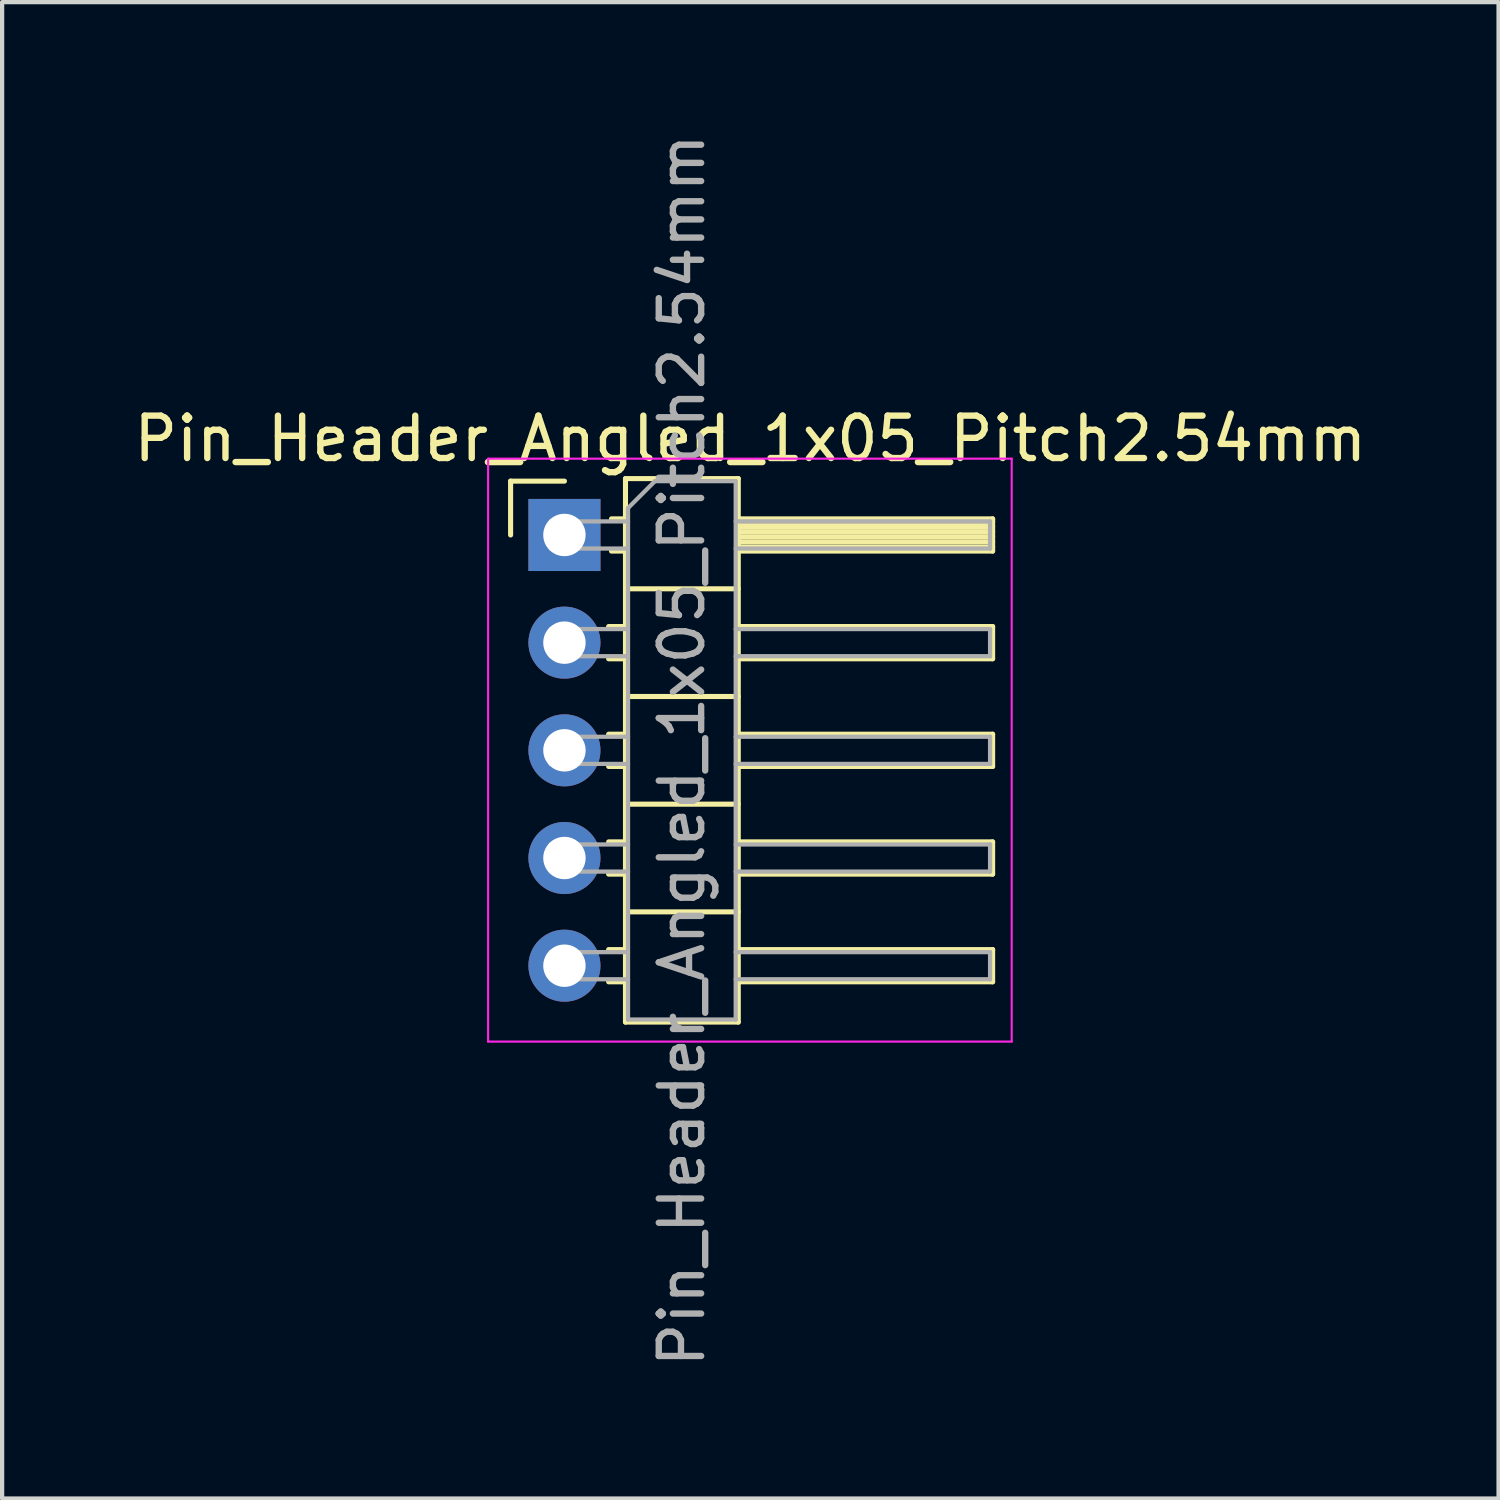
<source format=kicad_pcb>
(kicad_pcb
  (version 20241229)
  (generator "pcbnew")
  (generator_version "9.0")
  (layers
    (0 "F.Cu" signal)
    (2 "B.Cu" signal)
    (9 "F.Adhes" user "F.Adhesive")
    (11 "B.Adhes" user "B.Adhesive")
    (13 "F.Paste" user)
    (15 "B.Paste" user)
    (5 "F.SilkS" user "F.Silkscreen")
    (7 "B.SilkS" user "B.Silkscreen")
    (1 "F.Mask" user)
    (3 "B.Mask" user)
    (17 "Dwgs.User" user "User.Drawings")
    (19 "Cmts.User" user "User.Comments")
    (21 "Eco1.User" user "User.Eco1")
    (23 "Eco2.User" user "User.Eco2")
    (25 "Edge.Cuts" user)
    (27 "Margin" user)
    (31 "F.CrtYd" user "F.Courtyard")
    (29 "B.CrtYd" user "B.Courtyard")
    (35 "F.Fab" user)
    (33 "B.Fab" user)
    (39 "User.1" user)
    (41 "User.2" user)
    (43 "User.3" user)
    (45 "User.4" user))
  (footprint "Pin_Header_Angled_1x05_Pitch2.54mm"
    (layer "F.Cu")
    (at 10.264 9.569)
    (property "Reference" "Pin_Header_Angled_1x05_Pitch2.54mm" (at 4.385 -2.27 0) (layer "F.SilkS") (effects (font (size 1 1) (thickness 0.15))))
    (attr through_hole)
    (fp_line (start -1.27 -1.27) (end 0 -1.27) (stroke (width 0.12) (type solid)) (layer "F.SilkS"))
    (fp_line (start -1.27 0) (end -1.27 -1.27) (stroke (width 0.12) (type solid)) (layer "F.SilkS"))
    (fp_line (start 1.043 2.16) (end 1.44 2.16) (stroke (width 0.12) (type solid)) (layer "F.SilkS"))
    (fp_line (start 1.043 2.92) (end 1.44 2.92) (stroke (width 0.12) (type solid)) (layer "F.SilkS"))
    (fp_line (start 1.043 4.7) (end 1.44 4.7) (stroke (width 0.12) (type solid)) (layer "F.SilkS"))
    (fp_line (start 1.043 5.46) (end 1.44 5.46) (stroke (width 0.12) (type solid)) (layer "F.SilkS"))
    (fp_line (start 1.043 7.24) (end 1.44 7.24) (stroke (width 0.12) (type solid)) (layer "F.SilkS"))
    (fp_line (start 1.043 8) (end 1.44 8) (stroke (width 0.12) (type solid)) (layer "F.SilkS"))
    (fp_line (start 1.043 9.78) (end 1.44 9.78) (stroke (width 0.12) (type solid)) (layer "F.SilkS"))
    (fp_line (start 1.043 10.54) (end 1.44 10.54) (stroke (width 0.12) (type solid)) (layer "F.SilkS"))
    (fp_line (start 1.11 -0.38) (end 1.44 -0.38) (stroke (width 0.12) (type solid)) (layer "F.SilkS"))
    (fp_line (start 1.11 0.38) (end 1.44 0.38) (stroke (width 0.12) (type solid)) (layer "F.SilkS"))
    (fp_line (start 1.44 -1.33) (end 1.44 11.49) (stroke (width 0.12) (type solid)) (layer "F.SilkS"))
    (fp_line (start 1.44 1.27) (end 4.1 1.27) (stroke (width 0.12) (type solid)) (layer "F.SilkS"))
    (fp_line (start 1.44 3.81) (end 4.1 3.81) (stroke (width 0.12) (type solid)) (layer "F.SilkS"))
    (fp_line (start 1.44 6.35) (end 4.1 6.35) (stroke (width 0.12) (type solid)) (layer "F.SilkS"))
    (fp_line (start 1.44 8.89) (end 4.1 8.89) (stroke (width 0.12) (type solid)) (layer "F.SilkS"))
    (fp_line (start 1.44 11.49) (end 4.1 11.49) (stroke (width 0.12) (type solid)) (layer "F.SilkS"))
    (fp_line (start 4.1 -1.33) (end 1.44 -1.33) (stroke (width 0.12) (type solid)) (layer "F.SilkS"))
    (fp_line (start 4.1 -0.38) (end 10.1 -0.38) (stroke (width 0.12) (type solid)) (layer "F.SilkS"))
    (fp_line (start 4.1 -0.32) (end 10.1 -0.32) (stroke (width 0.12) (type solid)) (layer "F.SilkS"))
    (fp_line (start 4.1 -0.2) (end 10.1 -0.2) (stroke (width 0.12) (type solid)) (layer "F.SilkS"))
    (fp_line (start 4.1 -0.08) (end 10.1 -0.08) (stroke (width 0.12) (type solid)) (layer "F.SilkS"))
    (fp_line (start 4.1 0.04) (end 10.1 0.04) (stroke (width 0.12) (type solid)) (layer "F.SilkS"))
    (fp_line (start 4.1 0.16) (end 10.1 0.16) (stroke (width 0.12) (type solid)) (layer "F.SilkS"))
    (fp_line (start 4.1 0.28) (end 10.1 0.28) (stroke (width 0.12) (type solid)) (layer "F.SilkS"))
    (fp_line (start 4.1 2.16) (end 10.1 2.16) (stroke (width 0.12) (type solid)) (layer "F.SilkS"))
    (fp_line (start 4.1 4.7) (end 10.1 4.7) (stroke (width 0.12) (type solid)) (layer "F.SilkS"))
    (fp_line (start 4.1 7.24) (end 10.1 7.24) (stroke (width 0.12) (type solid)) (layer "F.SilkS"))
    (fp_line (start 4.1 9.78) (end 10.1 9.78) (stroke (width 0.12) (type solid)) (layer "F.SilkS"))
    (fp_line (start 4.1 11.49) (end 4.1 -1.33) (stroke (width 0.12) (type solid)) (layer "F.SilkS"))
    (fp_line (start 10.1 -0.38) (end 10.1 0.38) (stroke (width 0.12) (type solid)) (layer "F.SilkS"))
    (fp_line (start 10.1 0.38) (end 4.1 0.38) (stroke (width 0.12) (type solid)) (layer "F.SilkS"))
    (fp_line (start 10.1 2.16) (end 10.1 2.92) (stroke (width 0.12) (type solid)) (layer "F.SilkS"))
    (fp_line (start 10.1 2.92) (end 4.1 2.92) (stroke (width 0.12) (type solid)) (layer "F.SilkS"))
    (fp_line (start 10.1 4.7) (end 10.1 5.46) (stroke (width 0.12) (type solid)) (layer "F.SilkS"))
    (fp_line (start 10.1 5.46) (end 4.1 5.46) (stroke (width 0.12) (type solid)) (layer "F.SilkS"))
    (fp_line (start 10.1 7.24) (end 10.1 8) (stroke (width 0.12) (type solid)) (layer "F.SilkS"))
    (fp_line (start 10.1 8) (end 4.1 8) (stroke (width 0.12) (type solid)) (layer "F.SilkS"))
    (fp_line (start 10.1 9.78) (end 10.1 10.54) (stroke (width 0.12) (type solid)) (layer "F.SilkS"))
    (fp_line (start 10.1 10.54) (end 4.1 10.54) (stroke (width 0.12) (type solid)) (layer "F.SilkS"))
    (fp_line (start -1.8 -1.8) (end -1.8 11.95) (stroke (width 0.05) (type solid)) (layer "F.CrtYd"))
    (fp_line (start -1.8 11.95) (end 10.55 11.95) (stroke (width 0.05) (type solid)) (layer "F.CrtYd"))
    (fp_line (start 10.55 -1.8) (end -1.8 -1.8) (stroke (width 0.05) (type solid)) (layer "F.CrtYd"))
    (fp_line (start 10.55 11.95) (end 10.55 -1.8) (stroke (width 0.05) (type solid)) (layer "F.CrtYd"))
    (fp_line (start -0.32 -0.32) (end -0.32 0.32) (stroke (width 0.1) (type solid)) (layer "F.Fab"))
    (fp_line (start -0.32 -0.32) (end 1.5 -0.32) (stroke (width 0.1) (type solid)) (layer "F.Fab"))
    (fp_line (start -0.32 0.32) (end 1.5 0.32) (stroke (width 0.1) (type solid)) (layer "F.Fab"))
    (fp_line (start -0.32 2.22) (end -0.32 2.86) (stroke (width 0.1) (type solid)) (layer "F.Fab"))
    (fp_line (start -0.32 2.22) (end 1.5 2.22) (stroke (width 0.1) (type solid)) (layer "F.Fab"))
    (fp_line (start -0.32 2.86) (end 1.5 2.86) (stroke (width 0.1) (type solid)) (layer "F.Fab"))
    (fp_line (start -0.32 4.76) (end -0.32 5.4) (stroke (width 0.1) (type solid)) (layer "F.Fab"))
    (fp_line (start -0.32 4.76) (end 1.5 4.76) (stroke (width 0.1) (type solid)) (layer "F.Fab"))
    (fp_line (start -0.32 5.4) (end 1.5 5.4) (stroke (width 0.1) (type solid)) (layer "F.Fab"))
    (fp_line (start -0.32 7.3) (end -0.32 7.94) (stroke (width 0.1) (type solid)) (layer "F.Fab"))
    (fp_line (start -0.32 7.3) (end 1.5 7.3) (stroke (width 0.1) (type solid)) (layer "F.Fab"))
    (fp_line (start -0.32 7.94) (end 1.5 7.94) (stroke (width 0.1) (type solid)) (layer "F.Fab"))
    (fp_line (start -0.32 9.84) (end -0.32 10.48) (stroke (width 0.1) (type solid)) (layer "F.Fab"))
    (fp_line (start -0.32 9.84) (end 1.5 9.84) (stroke (width 0.1) (type solid)) (layer "F.Fab"))
    (fp_line (start -0.32 10.48) (end 1.5 10.48) (stroke (width 0.1) (type solid)) (layer "F.Fab"))
    (fp_line (start 1.5 -0.635) (end 2.135 -1.27) (stroke (width 0.1) (type solid)) (layer "F.Fab"))
    (fp_line (start 1.5 11.43) (end 1.5 -0.635) (stroke (width 0.1) (type solid)) (layer "F.Fab"))
    (fp_line (start 2.135 -1.27) (end 4.04 -1.27) (stroke (width 0.1) (type solid)) (layer "F.Fab"))
    (fp_line (start 4.04 -1.27) (end 4.04 11.43) (stroke (width 0.1) (type solid)) (layer "F.Fab"))
    (fp_line (start 4.04 -0.32) (end 10.04 -0.32) (stroke (width 0.1) (type solid)) (layer "F.Fab"))
    (fp_line (start 4.04 0.32) (end 10.04 0.32) (stroke (width 0.1) (type solid)) (layer "F.Fab"))
    (fp_line (start 4.04 2.22) (end 10.04 2.22) (stroke (width 0.1) (type solid)) (layer "F.Fab"))
    (fp_line (start 4.04 2.86) (end 10.04 2.86) (stroke (width 0.1) (type solid)) (layer "F.Fab"))
    (fp_line (start 4.04 4.76) (end 10.04 4.76) (stroke (width 0.1) (type solid)) (layer "F.Fab"))
    (fp_line (start 4.04 5.4) (end 10.04 5.4) (stroke (width 0.1) (type solid)) (layer "F.Fab"))
    (fp_line (start 4.04 7.3) (end 10.04 7.3) (stroke (width 0.1) (type solid)) (layer "F.Fab"))
    (fp_line (start 4.04 7.94) (end 10.04 7.94) (stroke (width 0.1) (type solid)) (layer "F.Fab"))
    (fp_line (start 4.04 9.84) (end 10.04 9.84) (stroke (width 0.1) (type solid)) (layer "F.Fab"))
    (fp_line (start 4.04 10.48) (end 10.04 10.48) (stroke (width 0.1) (type solid)) (layer "F.Fab"))
    (fp_line (start 4.04 11.43) (end 1.5 11.43) (stroke (width 0.1) (type solid)) (layer "F.Fab"))
    (fp_line (start 10.04 -0.32) (end 10.04 0.32) (stroke (width 0.1) (type solid)) (layer "F.Fab"))
    (fp_line (start 10.04 2.22) (end 10.04 2.86) (stroke (width 0.1) (type solid)) (layer "F.Fab"))
    (fp_line (start 10.04 4.76) (end 10.04 5.4) (stroke (width 0.1) (type solid)) (layer "F.Fab"))
    (fp_line (start 10.04 7.3) (end 10.04 7.94) (stroke (width 0.1) (type solid)) (layer "F.Fab"))
    (fp_line (start 10.04 9.84) (end 10.04 10.48) (stroke (width 0.1) (type solid)) (layer "F.Fab"))
    (fp_text user "${REFERENCE}" (at 2.77 5.08 90) (layer "F.Fab") (effects (font (size 1 1) (thickness 0.15))))
    (pad "1" thru_hole rect (at 0 0) (size 1.7 1.7) (drill 1) (layers "*.Cu" "*.Mask"))
    (pad "2" thru_hole oval (at 0 2.54) (size 1.7 1.7) (drill 1) (layers "*.Cu" "*.Mask"))
    (pad "3" thru_hole oval (at 0 5.08) (size 1.7 1.7) (drill 1) (layers "*.Cu" "*.Mask"))
    (pad "4" thru_hole oval (at 0 7.62) (size 1.7 1.7) (drill 1) (layers "*.Cu" "*.Mask"))
    (pad "5" thru_hole oval (at 0 10.16) (size 1.7 1.7) (drill 1) (layers "*.Cu" "*.Mask")))
  (gr_rect
    (start -3 -3)
    (end 32.298 32.298)
    (stroke (width 0.1) (type default))
    (fill no)
    (layer "Edge.Cuts")))
</source>
